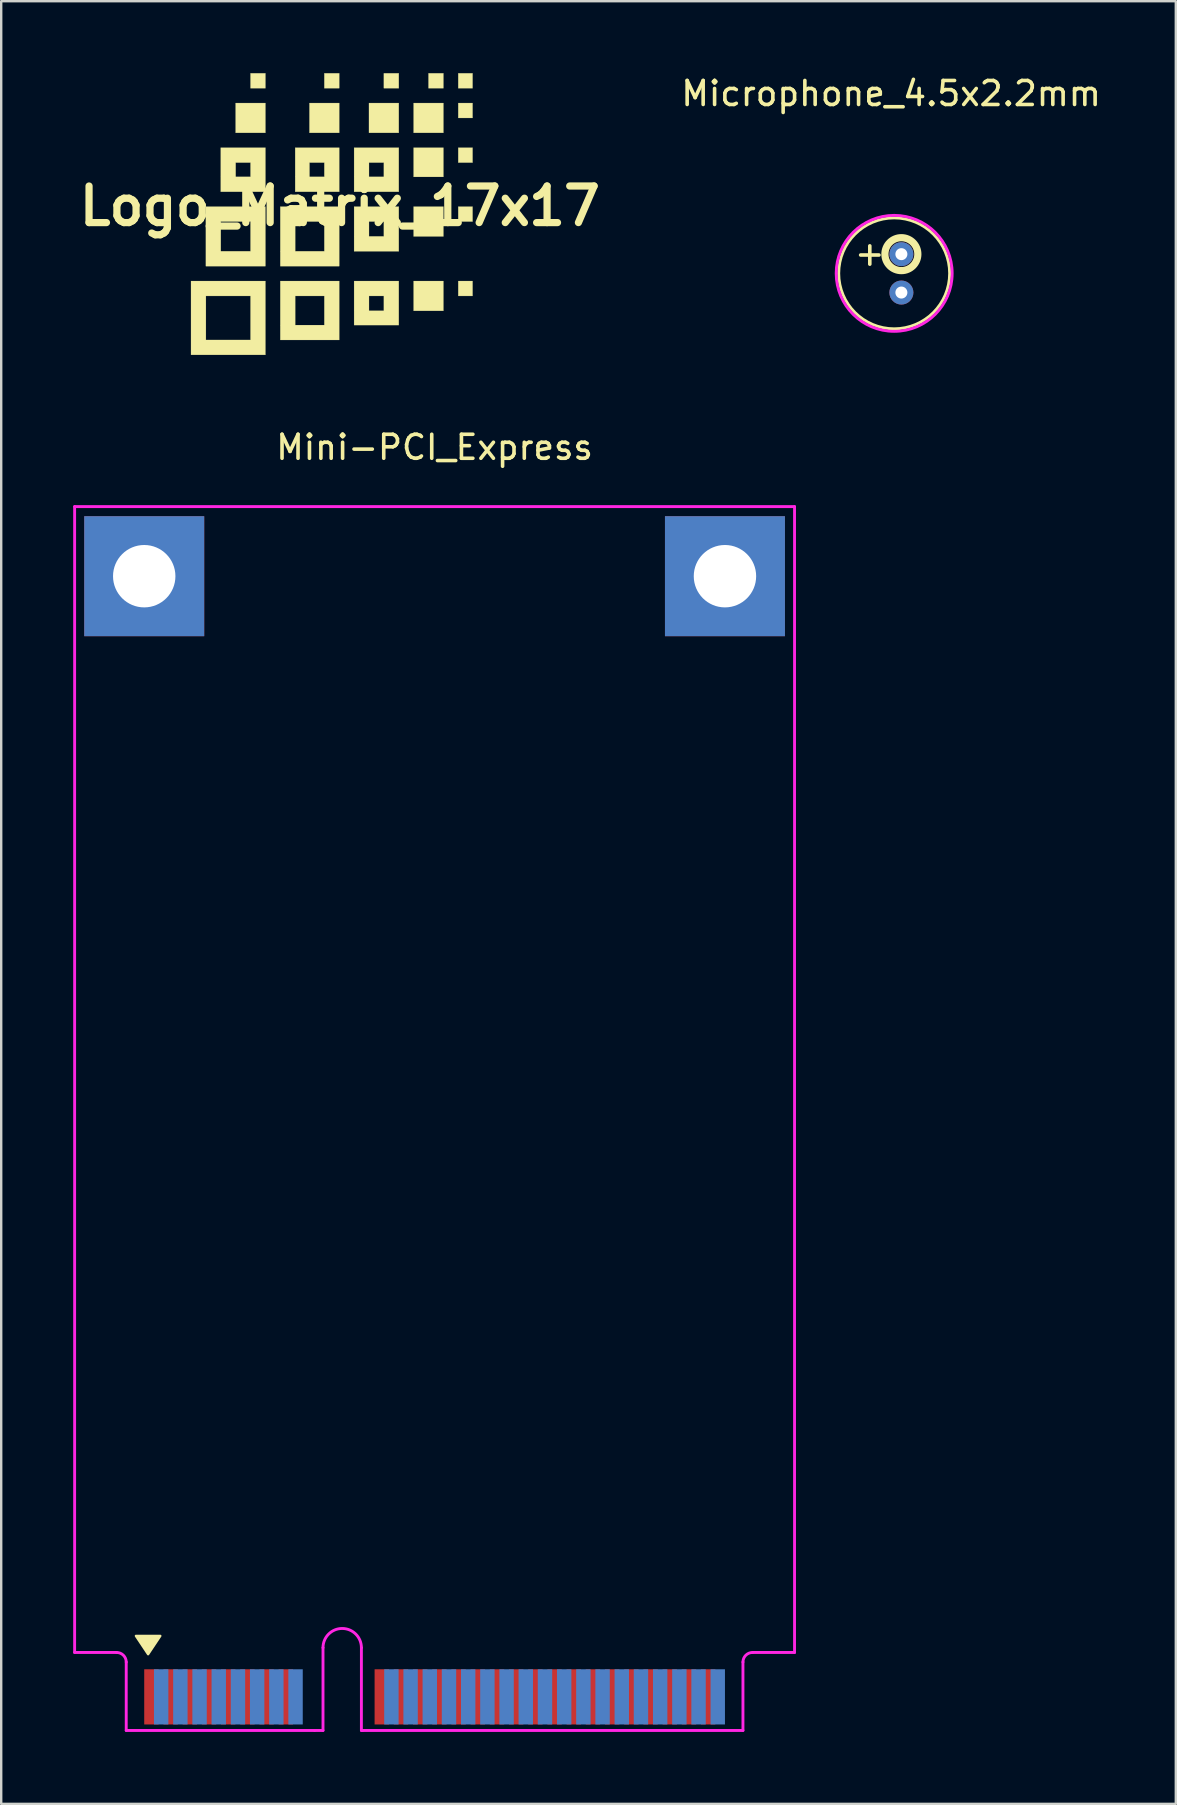
<source format=kicad_pcb>
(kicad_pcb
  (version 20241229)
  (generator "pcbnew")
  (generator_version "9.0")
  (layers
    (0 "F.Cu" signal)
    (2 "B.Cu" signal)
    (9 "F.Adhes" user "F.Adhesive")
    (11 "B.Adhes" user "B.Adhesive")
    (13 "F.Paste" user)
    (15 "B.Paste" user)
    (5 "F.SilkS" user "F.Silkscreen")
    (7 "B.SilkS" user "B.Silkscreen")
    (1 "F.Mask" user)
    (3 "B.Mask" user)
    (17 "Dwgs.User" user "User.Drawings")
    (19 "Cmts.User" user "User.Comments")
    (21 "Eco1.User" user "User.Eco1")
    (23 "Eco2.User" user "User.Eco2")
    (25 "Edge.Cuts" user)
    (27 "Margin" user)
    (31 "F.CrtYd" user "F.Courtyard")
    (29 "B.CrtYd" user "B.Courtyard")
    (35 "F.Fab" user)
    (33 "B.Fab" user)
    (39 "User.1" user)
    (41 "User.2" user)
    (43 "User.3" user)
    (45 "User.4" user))
  (footprint "Microphone_4.5x2.2mm"
    (layer "F.Cu")
    (at 34.212 8.341)
    (property "Reference" "Microphone_4.5x2.2mm" (at -0.127 -7.493 0) (layer "F.SilkS") (effects (font (size 1 1) (thickness 0.15))))
    (attr through_hole)
    (fp_circle (center 0 0) (end 2.311 0) (stroke (width 0.12) (type solid)) (fill no) (layer "F.SilkS"))
    (fp_circle (center 0.3 -0.8) (end 0.986 -0.8) (stroke (width 0.3) (type solid)) (fill no) (layer "F.SilkS"))
    (fp_circle (center 0 0) (end 2.413 0.127) (stroke (width 0.12) (type solid)) (fill no) (layer "F.CrtYd"))
    (fp_text user "+" (at -1.016 -0.838 0) (layer "F.SilkS") (effects (font (size 1 1) (thickness 0.15))))
    (pad "1" thru_hole circle (at 0.3 0.8) (size 1 1) (drill 0.5) (layers "*.Cu" "*.Mask"))
    (pad "2" thru_hole circle (at 0.3 -0.8) (size 1 1) (drill 0.5) (layers "*.Cu" "*.Mask")))
  (footprint "Logo_Matrix_17x17"
    (layer "F.Cu")
    (at 11.111 5.536)
    (property "Reference" "Logo_Matrix_17x17" (at 0 0 0) (layer "F.SilkS") (effects (font (size 1.524 1.524) (thickness 0.3))))
    (attr through_hole)
    (fp_poly (pts (xy -3.101 -4.911) (xy -3.721 -4.911) (xy -3.721 -5.531) (xy -3.101 -5.531) (xy -3.101 -4.911)) (stroke (width 0.01) (type solid)) (fill yes) (layer "F.SilkS"))
    (fp_poly (pts (xy -3.101 -3.051) (xy -4.341 -3.051) (xy -4.341 -4.291) (xy -3.101 -4.291) (xy -3.101 -3.051)) (stroke (width 0.01) (type solid)) (fill yes) (layer "F.SilkS"))
    (fp_poly (pts (xy -0.025 -4.911) (xy -0.645 -4.911) (xy -0.645 -5.531) (xy -0.025 -5.531) (xy -0.025 -4.911)) (stroke (width 0.01) (type solid)) (fill yes) (layer "F.SilkS"))
    (fp_poly (pts (xy -0.025 -3.051) (xy -1.265 -3.051) (xy -1.265 -4.291) (xy -0.025 -4.291) (xy -0.025 -3.051)) (stroke (width 0.01) (type solid)) (fill yes) (layer "F.SilkS"))
    (fp_poly (pts (xy 2.456 -4.911) (xy 1.836 -4.911) (xy 1.836 -5.531) (xy 2.456 -5.531) (xy 2.456 -4.911)) (stroke (width 0.01) (type solid)) (fill yes) (layer "F.SilkS"))
    (fp_poly (pts (xy 2.456 -3.051) (xy 1.215 -3.051) (xy 1.215 -4.291) (xy 2.456 -4.291) (xy 2.456 -3.051)) (stroke (width 0.01) (type solid)) (fill yes) (layer "F.SilkS"))
    (fp_poly (pts (xy 4.316 -4.911) (xy 3.696 -4.911) (xy 3.696 -5.531) (xy 4.316 -5.531) (xy 4.316 -4.911)) (stroke (width 0.01) (type solid)) (fill yes) (layer "F.SilkS"))
    (fp_poly (pts (xy 4.316 -3.051) (xy 3.076 -3.051) (xy 3.076 -4.291) (xy 4.316 -4.291) (xy 4.316 -3.051)) (stroke (width 0.01) (type solid)) (fill yes) (layer "F.SilkS"))
    (fp_poly (pts (xy 4.316 -1.215) (xy 3.076 -1.215) (xy 3.076 -2.431) (xy 4.316 -2.431) (xy 4.316 -1.215)) (stroke (width 0.01) (type solid)) (fill yes) (layer "F.SilkS"))
    (fp_poly (pts (xy 4.316 1.265) (xy 3.076 1.265) (xy 3.076 0.025) (xy 4.316 0.025) (xy 4.316 1.265)) (stroke (width 0.01) (type solid)) (fill yes) (layer "F.SilkS"))
    (fp_poly (pts (xy 4.316 4.366) (xy 3.076 4.366) (xy 3.076 3.125) (xy 4.316 3.125) (xy 4.316 4.366)) (stroke (width 0.01) (type solid)) (fill yes) (layer "F.SilkS"))
    (fp_poly (pts (xy 5.531 -4.911) (xy 4.936 -4.911) (xy 4.936 -5.531) (xy 5.531 -5.531) (xy 5.531 -4.911)) (stroke (width 0.01) (type solid)) (fill yes) (layer "F.SilkS"))
    (fp_poly (pts (xy 5.531 -3.671) (xy 4.936 -3.671) (xy 4.936 -4.291) (xy 5.531 -4.291) (xy 5.531 -3.671)) (stroke (width 0.01) (type solid)) (fill yes) (layer "F.SilkS"))
    (fp_poly (pts (xy 5.531 -1.811) (xy 4.936 -1.811) (xy 4.936 -2.431) (xy 5.531 -2.431) (xy 5.531 -1.811)) (stroke (width 0.01) (type solid)) (fill yes) (layer "F.SilkS"))
    (fp_poly (pts (xy 5.531 0.645) (xy 4.936 0.645) (xy 4.936 0.025) (xy 5.531 0.025) (xy 5.531 0.645)) (stroke (width 0.01) (type solid)) (fill yes) (layer "F.SilkS"))
    (fp_poly (pts (xy 5.531 3.746) (xy 4.936 3.746) (xy 4.936 3.125) (xy 5.531 3.125) (xy 5.531 3.746)) (stroke (width 0.01) (type solid)) (fill yes) (layer "F.SilkS"))
    (fp_poly (pts (xy -3.101 -0.595) (xy -4.961 -0.595) (xy -4.961 -1.811) (xy -4.341 -1.811) (xy -4.341 -1.215) (xy -3.721 -1.215) (xy -3.721 -1.811) (xy -4.341 -1.811) (xy -4.961 -1.811) (xy -4.961 -2.431) (xy -3.101 -2.431) (xy -3.101 -0.595)) (stroke (width 0.01) (type solid)) (fill yes) (layer "F.SilkS"))
    (fp_poly (pts (xy -3.101 2.505) (xy -5.581 2.505) (xy -5.581 0.645) (xy -4.961 0.645) (xy -4.961 1.885) (xy -3.721 1.885) (xy -3.721 0.645) (xy -4.961 0.645) (xy -5.581 0.645) (xy -5.581 0.025) (xy -3.101 0.025) (xy -3.101 2.505)) (stroke (width 0.01) (type solid)) (fill yes) (layer "F.SilkS"))
    (fp_poly (pts (xy -3.101 6.201) (xy -6.201 6.201) (xy -6.201 3.746) (xy -5.581 3.746) (xy -5.581 5.581) (xy -3.721 5.581) (xy -3.721 3.746) (xy -5.581 3.746) (xy -6.201 3.746) (xy -6.201 3.125) (xy -3.101 3.125) (xy -3.101 6.201)) (stroke (width 0.01) (type solid)) (fill yes) (layer "F.SilkS"))
    (fp_poly (pts (xy -0.025 -0.595) (xy -1.86 -0.595) (xy -1.86 -1.811) (xy -1.265 -1.811) (xy -1.265 -1.215) (xy -0.645 -1.215) (xy -0.645 -1.811) (xy -1.265 -1.811) (xy -1.86 -1.811) (xy -1.86 -2.431) (xy -0.025 -2.431) (xy -0.025 -0.595)) (stroke (width 0.01) (type solid)) (fill yes) (layer "F.SilkS"))
    (fp_poly (pts (xy -0.025 2.505) (xy -2.48 2.505) (xy -2.48 0.645) (xy -1.86 0.645) (xy -1.86 1.885) (xy -0.645 1.885) (xy -0.645 0.645) (xy -1.86 0.645) (xy -2.48 0.645) (xy -2.48 0.025) (xy -0.025 0.025) (xy -0.025 2.505)) (stroke (width 0.01) (type solid)) (fill yes) (layer "F.SilkS"))
    (fp_poly (pts (xy -0.025 5.581) (xy -2.48 5.581) (xy -2.48 3.746) (xy -1.86 3.746) (xy -1.86 4.961) (xy -0.645 4.961) (xy -0.645 3.746) (xy -1.86 3.746) (xy -2.48 3.746) (xy -2.48 3.125) (xy -0.025 3.125) (xy -0.025 5.581)) (stroke (width 0.01) (type solid)) (fill yes) (layer "F.SilkS"))
    (fp_poly (pts (xy 2.456 -0.595) (xy 0.595 -0.595) (xy 0.595 -1.811) (xy 1.215 -1.811) (xy 1.215 -1.215) (xy 1.836 -1.215) (xy 1.836 -1.811) (xy 1.215 -1.811) (xy 0.595 -1.811) (xy 0.595 -2.431) (xy 2.456 -2.431) (xy 2.456 -0.595)) (stroke (width 0.01) (type solid)) (fill yes) (layer "F.SilkS"))
    (fp_poly (pts (xy 2.456 1.885) (xy 0.595 1.885) (xy 0.595 0.645) (xy 1.215 0.645) (xy 1.215 1.265) (xy 1.836 1.265) (xy 1.836 0.645) (xy 1.215 0.645) (xy 0.595 0.645) (xy 0.595 0.025) (xy 2.456 0.025) (xy 2.456 1.885)) (stroke (width 0.01) (type solid)) (fill yes) (layer "F.SilkS"))
    (fp_poly (pts (xy 2.456 4.961) (xy 0.595 4.961) (xy 0.595 3.746) (xy 1.215 3.746) (xy 1.215 4.366) (xy 1.836 4.366) (xy 1.836 3.746) (xy 1.215 3.746) (xy 0.595 3.746) (xy 0.595 3.125) (xy 2.456 3.125) (xy 2.456 4.961)) (stroke (width 0.01) (type solid)) (fill yes) (layer "F.SilkS")))
  (footprint "Mini-PCI_Express"
    (layer "F.Cu")
    (at 15.06 42.261)
    (property "Reference" "Mini-PCI_Express" (at 0 -26.67 0) (layer "F.SilkS") (effects (font (size 1 1) (thickness 0.15))))
    (attr through_hole)
    (fp_poly (pts (xy -11.938 23.622) (xy -12.446 22.86) (xy -11.43 22.86)) (stroke (width 0.1) (type solid)) (fill yes) (layer "F.SilkS"))
    (fp_line (start -15 -24.2) (end -15 23.55) (stroke (width 0.12) (type solid)) (layer "F.CrtYd"))
    (fp_line (start -13.25 23.55) (end -15 23.55) (stroke (width 0.12) (type solid)) (layer "F.CrtYd"))
    (fp_line (start -12.85 23.95) (end -12.85 26.8) (stroke (width 0.12) (type solid)) (layer "F.CrtYd"))
    (fp_line (start -5 26.8) (end -12.85 26.8) (stroke (width 0.12) (type solid)) (layer "F.CrtYd"))
    (fp_line (start -4.65 23.35) (end -4.65 26.8) (stroke (width 0.12) (type solid)) (layer "F.CrtYd"))
    (fp_line (start -4.65 26.8) (end -5 26.8) (stroke (width 0.12) (type solid)) (layer "F.CrtYd"))
    (fp_line (start -3.05 23.35) (end -3.05 26.8) (stroke (width 0.12) (type solid)) (layer "F.CrtYd"))
    (fp_line (start -3.05 26.8) (end -3 26.8) (stroke (width 0.12) (type solid)) (layer "F.CrtYd"))
    (fp_line (start -3 26.8) (end 12.85 26.8) (stroke (width 0.12) (type solid)) (layer "F.CrtYd"))
    (fp_line (start 12.85 26.8) (end 12.85 23.95) (stroke (width 0.12) (type solid)) (layer "F.CrtYd"))
    (fp_line (start 13.25 23.55) (end 15 23.55) (stroke (width 0.12) (type solid)) (layer "F.CrtYd"))
    (fp_line (start 15 -24.2) (end -15 -24.2) (stroke (width 0.12) (type solid)) (layer "F.CrtYd"))
    (fp_line (start 15 23.55) (end 15 -24.2) (stroke (width 0.12) (type solid)) (layer "F.CrtYd"))
    (fp_arc (start -13.25 23.55) (mid -12.967157 23.667157) (end -12.85 23.95) (stroke (width 0.12) (type solid)) (layer "F.CrtYd"))
    (fp_arc (start -4.65 23.35) (mid -3.85 22.55) (end -3.05 23.35) (stroke (width 0.12) (type solid)) (layer "F.CrtYd"))
    (fp_arc (start 12.85 23.95) (mid 12.967157 23.667157) (end 13.25 23.55) (stroke (width 0.12) (type solid)) (layer "F.CrtYd"))
    (pad "" thru_hole rect (at -12.1 -21.3) (size 5 5) (drill 2.6) (layers "*.Cu" "*.Mask"))
    (pad "" thru_hole rect (at 12.1 -21.3) (size 5 5) (drill 2.6) (layers "*.Cu" "*.Mask"))
    (pad "1" smd rect (at -11.8 25.4) (size 0.6 2.3) (layers "F.Cu" "F.Mask" "F.Paste"))
    (pad "2" smd rect (at -11.394 25.4) (size 0.6 2.3) (layers "B.Cu" "B.Mask" "B.Paste"))
    (pad "3" smd rect (at -11 25.4) (size 0.6 2.3) (layers "F.Cu" "F.Mask" "F.Paste"))
    (pad "4" smd rect (at -10.594 25.4) (size 0.6 2.3) (layers "B.Cu" "B.Mask" "B.Paste"))
    (pad "5" smd rect (at -10.2 25.4) (size 0.6 2.3) (layers "F.Cu" "F.Mask" "F.Paste"))
    (pad "6" smd rect (at -9.794 25.4) (size 0.6 2.3) (layers "B.Cu" "B.Mask" "B.Paste"))
    (pad "7" smd rect (at -9.4 25.4) (size 0.6 2.3) (layers "F.Cu" "F.Mask" "F.Paste"))
    (pad "8" smd rect (at -8.994 25.4) (size 0.6 2.3) (layers "B.Cu" "B.Mask" "B.Paste"))
    (pad "9" smd rect (at -8.6 25.4) (size 0.6 2.3) (layers "F.Cu" "F.Mask" "F.Paste"))
    (pad "10" smd rect (at -8.194 25.4) (size 0.6 2.3) (layers "B.Cu" "B.Mask" "B.Paste"))
    (pad "11" smd rect (at -7.8 25.4) (size 0.6 2.3) (layers "F.Cu" "F.Mask" "F.Paste"))
    (pad "12" smd rect (at -7.394 25.4) (size 0.6 2.3) (layers "B.Cu" "B.Mask" "B.Paste"))
    (pad "13" smd rect (at -7 25.4) (size 0.6 2.3) (layers "F.Cu" "F.Mask" "F.Paste"))
    (pad "14" smd rect (at -6.594 25.4) (size 0.6 2.3) (layers "B.Cu" "B.Mask" "B.Paste"))
    (pad "15" smd rect (at -6.2 25.4) (size 0.6 2.3) (layers "F.Cu" "F.Mask" "F.Paste"))
    (pad "16" smd rect (at -5.794 25.4) (size 0.6 2.3) (layers "B.Cu" "B.Mask" "B.Paste"))
    (pad "17" smd rect (at -2.2 25.4) (size 0.6 2.3) (layers "F.Cu" "F.Mask" "F.Paste"))
    (pad "18" smd rect (at -1.8 25.4) (size 0.6 2.3) (layers "B.Cu" "B.Mask" "B.Paste"))
    (pad "19" smd rect (at -1.4 25.4) (size 0.6 2.3) (layers "F.Cu" "F.Mask" "F.Paste"))
    (pad "20" smd rect (at -1 25.4) (size 0.6 2.3) (layers "B.Cu" "B.Mask" "B.Paste"))
    (pad "21" smd rect (at -0.6 25.4) (size 0.6 2.3) (layers "F.Cu" "F.Mask" "F.Paste"))
    (pad "22" smd rect (at -0.2 25.4) (size 0.6 2.3) (layers "B.Cu" "B.Mask" "B.Paste"))
    (pad "23" smd rect (at 0.2 25.4) (size 0.6 2.3) (layers "F.Cu" "F.Mask" "F.Paste"))
    (pad "24" smd rect (at 0.6 25.4) (size 0.6 2.3) (layers "B.Cu" "B.Mask" "B.Paste"))
    (pad "25" smd rect (at 1 25.4) (size 0.6 2.3) (layers "F.Cu" "F.Mask" "F.Paste"))
    (pad "26" smd rect (at 1.4 25.4) (size 0.6 2.3) (layers "B.Cu" "B.Mask" "B.Paste"))
    (pad "27" smd rect (at 1.8 25.4) (size 0.6 2.3) (layers "F.Cu" "F.Mask" "F.Paste"))
    (pad "28" smd rect (at 2.2 25.4) (size 0.6 2.3) (layers "B.Cu" "B.Mask" "B.Paste"))
    (pad "29" smd rect (at 2.6 25.4) (size 0.6 2.3) (layers "F.Cu" "F.Mask" "F.Paste"))
    (pad "30" smd rect (at 3 25.4) (size 0.6 2.3) (layers "B.Cu" "B.Mask" "B.Paste"))
    (pad "31" smd rect (at 3.4 25.4) (size 0.6 2.3) (layers "F.Cu" "F.Mask" "F.Paste"))
    (pad "32" smd rect (at 3.8 25.4) (size 0.6 2.3) (layers "B.Cu" "B.Mask" "B.Paste"))
    (pad "33" smd rect (at 4.2 25.4) (size 0.6 2.3) (layers "F.Cu" "F.Mask" "F.Paste"))
    (pad "34" smd rect (at 4.6 25.4) (size 0.6 2.3) (layers "B.Cu" "B.Mask" "B.Paste"))
    (pad "35" smd rect (at 5 25.4) (size 0.6 2.3) (layers "F.Cu" "F.Mask" "F.Paste"))
    (pad "36" smd rect (at 5.4 25.4) (size 0.6 2.3) (layers "B.Cu" "B.Mask" "B.Paste"))
    (pad "37" smd rect (at 5.8 25.4) (size 0.6 2.3) (layers "F.Cu" "F.Mask" "F.Paste"))
    (pad "38" smd rect (at 6.2 25.4) (size 0.6 2.3) (layers "B.Cu" "B.Mask" "B.Paste"))
    (pad "39" smd rect (at 6.6 25.4) (size 0.6 2.3) (layers "F.Cu" "F.Mask" "F.Paste"))
    (pad "40" smd rect (at 7 25.4) (size 0.6 2.3) (layers "B.Cu" "B.Mask" "B.Paste"))
    (pad "41" smd rect (at 7.4 25.4) (size 0.6 2.3) (layers "F.Cu" "F.Mask" "F.Paste"))
    (pad "42" smd rect (at 7.8 25.4) (size 0.6 2.3) (layers "B.Cu" "B.Mask" "B.Paste"))
    (pad "43" smd rect (at 8.2 25.4) (size 0.6 2.3) (layers "F.Cu" "F.Mask" "F.Paste"))
    (pad "44" smd rect (at 8.6 25.4) (size 0.6 2.3) (layers "B.Cu" "B.Mask" "B.Paste"))
    (pad "45" smd rect (at 9 25.4) (size 0.6 2.3) (layers "F.Cu" "F.Mask" "F.Paste"))
    (pad "46" smd rect (at 9.4 25.4) (size 0.6 2.3) (layers "B.Cu" "B.Mask" "B.Paste"))
    (pad "47" smd rect (at 9.8 25.4) (size 0.6 2.3) (layers "F.Cu" "F.Mask" "F.Paste"))
    (pad "48" smd rect (at 10.2 25.4) (size 0.6 2.3) (layers "B.Cu" "B.Mask" "B.Paste"))
    (pad "49" smd rect (at 10.6 25.4) (size 0.6 2.3) (layers "F.Cu" "F.Mask" "F.Paste"))
    (pad "50" smd rect (at 11 25.4) (size 0.6 2.3) (layers "B.Cu" "B.Mask" "B.Paste"))
    (pad "51" smd rect (at 11.4 25.4) (size 0.6 2.3) (layers "F.Cu" "F.Mask" "F.Paste"))
    (pad "52" smd rect (at 11.8 25.4) (size 0.6 2.3) (layers "B.Cu" "B.Mask" "B.Paste")))
  (gr_rect
    (start -3 -3)
    (end 45.948 72.121)
    (stroke (width 0.1) (type default))
    (fill no)
    (layer "Edge.Cuts")))
</source>
